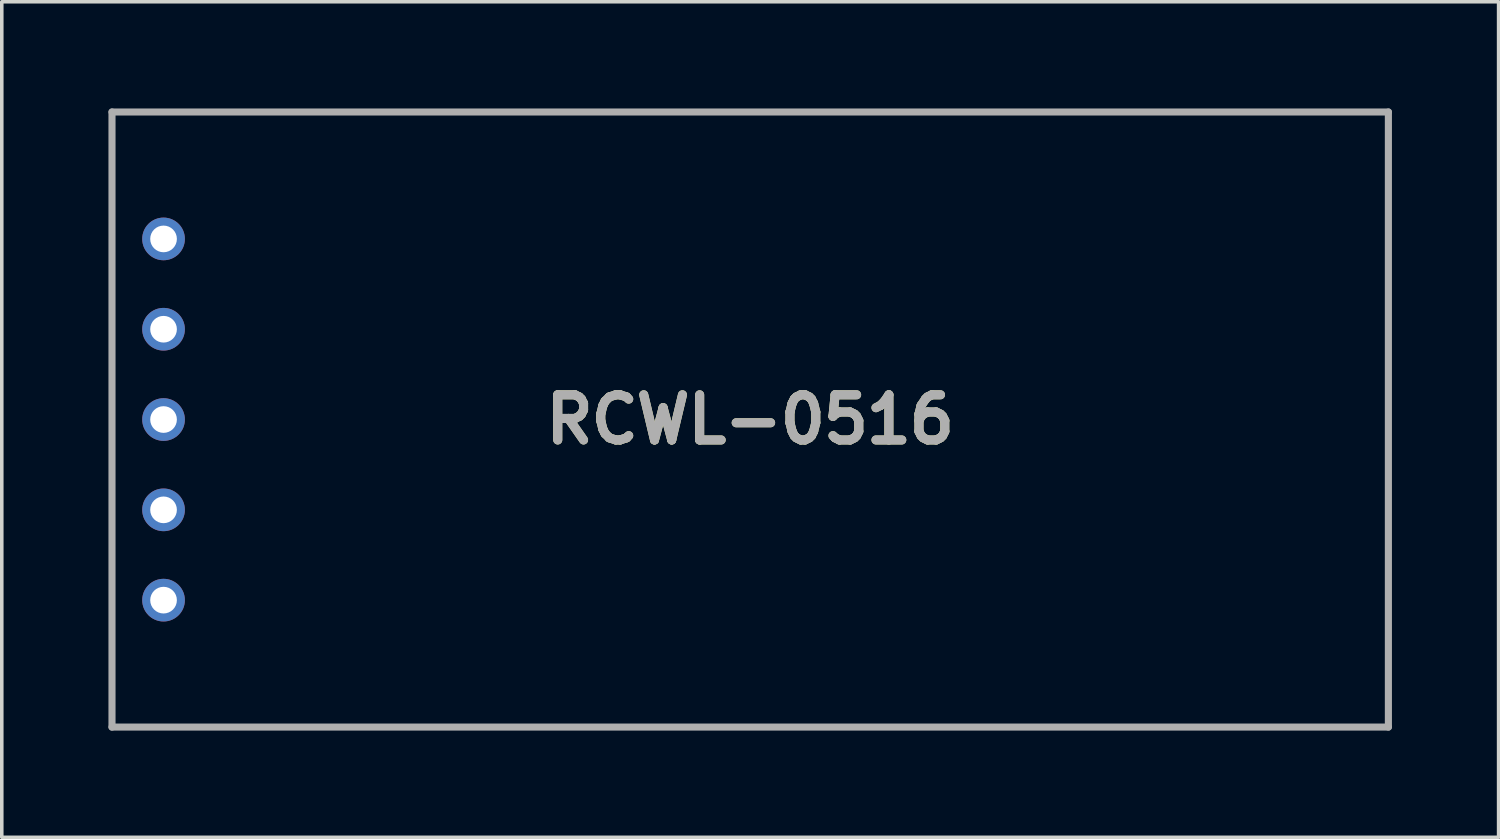
<source format=kicad_pcb>
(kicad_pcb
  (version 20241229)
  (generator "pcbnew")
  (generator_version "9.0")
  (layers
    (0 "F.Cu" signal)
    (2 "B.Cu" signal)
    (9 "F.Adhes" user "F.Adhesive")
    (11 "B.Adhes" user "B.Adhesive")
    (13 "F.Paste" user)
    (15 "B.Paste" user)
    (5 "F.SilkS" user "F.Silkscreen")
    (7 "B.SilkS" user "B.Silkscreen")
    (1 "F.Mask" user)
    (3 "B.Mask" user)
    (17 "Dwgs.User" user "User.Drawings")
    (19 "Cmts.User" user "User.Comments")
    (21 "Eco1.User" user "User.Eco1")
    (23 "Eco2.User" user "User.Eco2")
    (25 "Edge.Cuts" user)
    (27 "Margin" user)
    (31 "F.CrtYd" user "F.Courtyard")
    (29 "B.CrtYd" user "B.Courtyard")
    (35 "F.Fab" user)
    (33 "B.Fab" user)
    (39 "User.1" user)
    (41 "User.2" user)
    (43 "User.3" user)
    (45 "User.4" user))
  (footprint "RCWL-0516"
    (layer "F.Cu")
    (at 1.55 13.83)
    (property "Reference" "RCWL-0516" (at 16.5 -5.08 0) (layer "F.SilkS") (effects (font (size 1.27 1.27) (thickness 0.254))))
    (attr through_hole)
    (fp_line (start -1.45 -13.73) (end 34.45 -13.73) (stroke (width 0.1) (type solid)) (layer "F.SilkS"))
    (fp_line (start -1.45 3.57) (end -1.45 -13.73) (stroke (width 0.1) (type solid)) (layer "F.SilkS"))
    (fp_line (start 34.45 -13.73) (end 34.45 3.57) (stroke (width 0.1) (type solid)) (layer "F.SilkS"))
    (fp_line (start 34.45 3.57) (end -1.45 3.57) (stroke (width 0.1) (type solid)) (layer "F.SilkS"))
    (fp_line (start -1.45 -13.73) (end 34.45 -13.73) (stroke (width 0.2) (type solid)) (layer "F.Fab"))
    (fp_line (start -1.45 3.57) (end -1.45 -13.73) (stroke (width 0.2) (type solid)) (layer "F.Fab"))
    (fp_line (start 34.45 -13.73) (end 34.45 3.57) (stroke (width 0.2) (type solid)) (layer "F.Fab"))
    (fp_line (start 34.45 3.57) (end -1.45 3.57) (stroke (width 0.2) (type solid)) (layer "F.Fab"))
    (fp_text user "${REFERENCE}" (at 16.5 -5.08 0) (layer "F.Fab") (effects (font (size 1.27 1.27) (thickness 0.254))))
    (pad "1" thru_hole circle (at 0 0) (size 1.2 1.2) (drill 0.75) (layers "*.Cu" "*.Mask"))
    (pad "2" thru_hole circle (at 0 -2.54) (size 1.2 1.2) (drill 0.75) (layers "*.Cu" "*.Mask"))
    (pad "3" thru_hole circle (at 0 -5.08) (size 1.2 1.2) (drill 0.75) (layers "*.Cu" "*.Mask"))
    (pad "4" thru_hole circle (at 0 -7.62) (size 1.2 1.2) (drill 0.75) (layers "*.Cu" "*.Mask"))
    (pad "5" thru_hole circle (at 0 -10.16) (size 1.2 1.2) (drill 0.75) (layers "*.Cu" "*.Mask")))
  (gr_rect
    (start -3 -3)
    (end 39.1 20.5)
    (stroke (width 0.1) (type default))
    (fill no)
    (layer "Edge.Cuts")))
</source>
